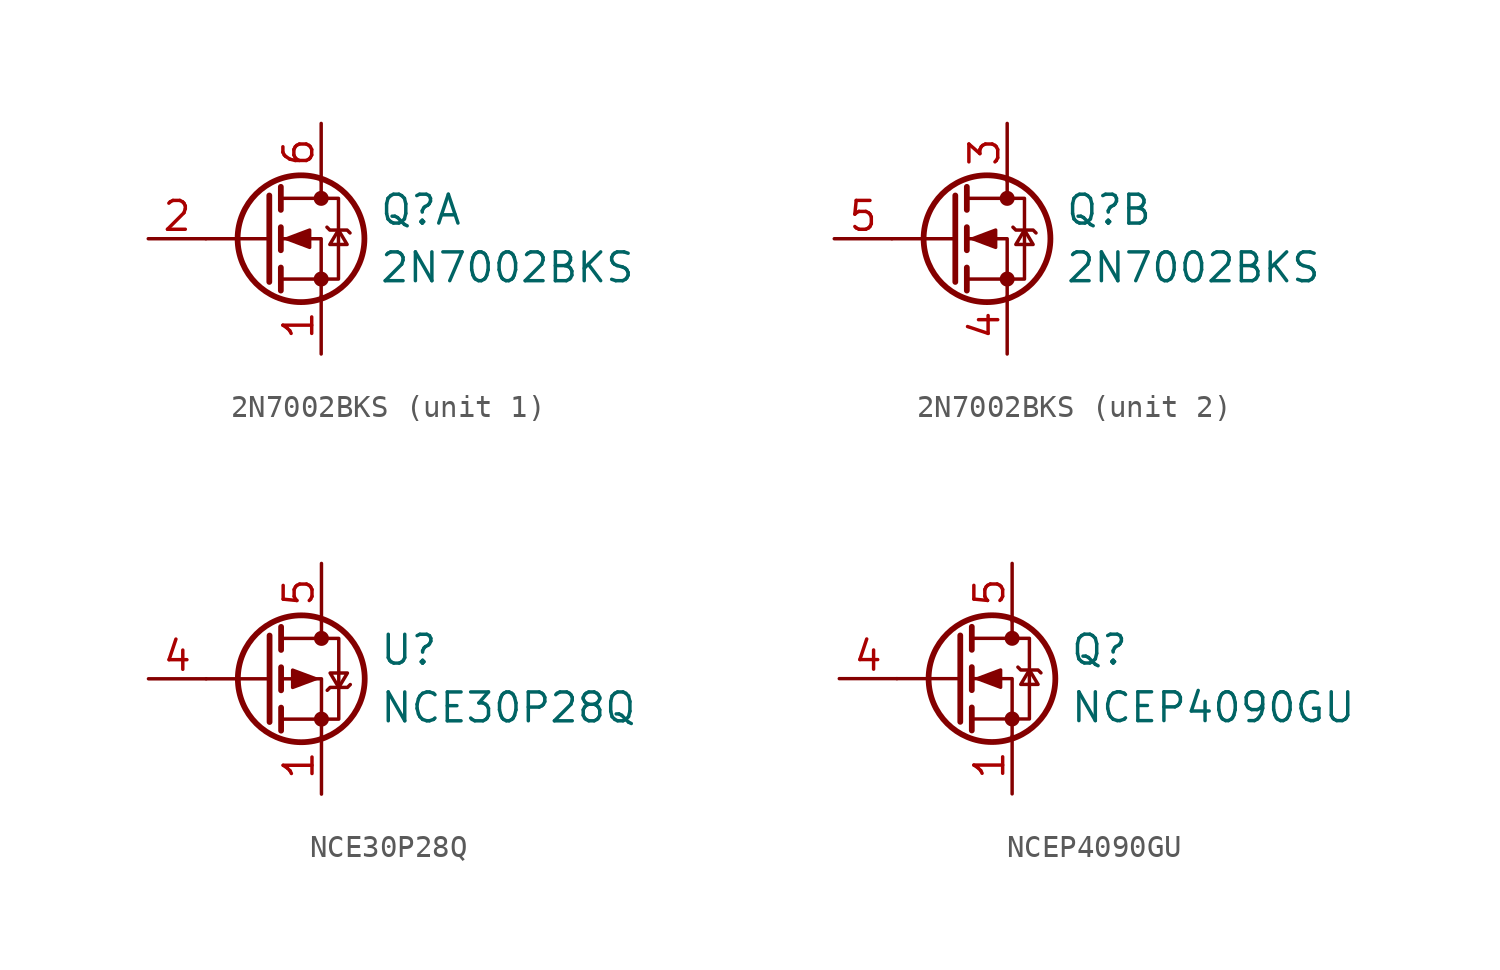
<source format=kicad_sym>
(kicad_symbol_lib
  (version 20241209)
  (generator "kicad_symbol_editor")
  (generator_version "9.0")
  (symbol "2N7002BKS"
    (pin_names
      (hide yes))
    (property "Reference" "Q"
      (at 5.08 1.27 0)
      (effects (font (size 1.27 1.27)) (justify left)))
    (property "Value" "2N7002BKS"
      (at 5.08 -1.27 0)
      (effects (font (size 1.27 1.27)) (justify left)))
    (property "ki_locked" ""
      (at 0 0 0)
      (effects (font (size 1.27 1.27))))
    (symbol "2N7002BKS_0_1"
      (polyline (pts (xy 0.254 1.905) (xy 0.254 -1.905)) (stroke (width 0.254) (type default)) (fill (type none)))
      (polyline (pts (xy 0.254 0) (xy -2.54 0)) (stroke (width 0) (type default)) (fill (type none)))
      (polyline (pts (xy 0.762 2.286) (xy 0.762 1.27)) (stroke (width 0.254) (type default)) (fill (type none)))
      (polyline (pts (xy 0.762 0.508) (xy 0.762 -0.508)) (stroke (width 0.254) (type default)) (fill (type none)))
      (polyline (pts (xy 0.762 -1.27) (xy 0.762 -2.286)) (stroke (width 0.254) (type default)) (fill (type none)))
      (polyline (pts (xy 0.762 -1.778) (xy 3.302 -1.778) (xy 3.302 1.778) (xy 0.762 1.778)) (stroke (width 0) (type default)) (fill (type none)))
      (polyline (pts (xy 1.016 0) (xy 2.032 0.381) (xy 2.032 -0.381) (xy 1.016 0)) (stroke (width 0) (type default)) (fill (type outline)))
      (circle (center 1.651 0) (radius 2.794) (stroke (width 0.254) (type default)) (fill (type none)))
      (polyline (pts (xy 2.54 2.54) (xy 2.54 1.778)) (stroke (width 0) (type default)) (fill (type none)))
      (circle (center 2.54 1.778) (radius 0.254) (stroke (width 0) (type default)) (fill (type outline)))
      (circle (center 2.54 -1.778) (radius 0.254) (stroke (width 0) (type default)) (fill (type outline)))
      (polyline (pts (xy 2.54 -2.54) (xy 2.54 0) (xy 0.762 0)) (stroke (width 0) (type default)) (fill (type none)))
      (polyline (pts (xy 2.794 0.508) (xy 2.921 0.381) (xy 3.683 0.381) (xy 3.81 0.254)) (stroke (width 0) (type default)) (fill (type none)))
      (polyline (pts (xy 3.302 0.381) (xy 2.921 -0.254) (xy 3.683 -0.254) (xy 3.302 0.381)) (stroke (width 0) (type default)) (fill (type none))))
    (symbol "2N7002BKS_1_1"
      (pin input line (at -5.08 0 0) (length 2.54) (name "G" (effects (font (size 1.27 1.27)))) (number "2" (effects (font (size 1.27 1.27)))))
      (pin passive line (at 2.54 5.08 270) (length 2.54) (name "D" (effects (font (size 1.27 1.27)))) (number "6" (effects (font (size 1.27 1.27)))))
      (pin passive line (at 2.54 -5.08 90) (length 2.54) (name "S" (effects (font (size 1.27 1.27)))) (number "1" (effects (font (size 1.27 1.27))))))
    (symbol "2N7002BKS_2_1"
      (pin input line (at -5.08 0 0) (length 2.54) (name "G" (effects (font (size 1.27 1.27)))) (number "5" (effects (font (size 1.27 1.27)))))
      (pin passive line (at 2.54 5.08 270) (length 2.54) (name "D" (effects (font (size 1.27 1.27)))) (number "3" (effects (font (size 1.27 1.27)))))
      (pin passive line (at 2.54 -5.08 90) (length 2.54) (name "1" (effects (font (size 1.27 1.27)))) (number "4" (effects (font (size 1.27 1.27)))))))
  (symbol "NCE30P28Q"
    (pin_names
      (hide yes))
    (property "Reference" "U"
      (at 5.08 1.27 0)
      (effects (font (size 1.27 1.27)) (justify left)))
    (property "Value" "NCE30P28Q"
      (at 5.08 -1.27 0)
      (effects (font (size 1.27 1.27)) (justify left)))
    (symbol "NCE30P28Q_0_1"
      (polyline (pts (xy 0.254 1.905) (xy 0.254 -1.905)) (stroke (width 0.254) (type default)) (fill (type none)))
      (polyline (pts (xy 0.254 0) (xy -2.54 0)) (stroke (width 0) (type default)) (fill (type none)))
      (polyline (pts (xy 0.762 2.286) (xy 0.762 1.27)) (stroke (width 0.254) (type default)) (fill (type none)))
      (polyline (pts (xy 0.762 1.778) (xy 3.302 1.778) (xy 3.302 -1.778) (xy 0.762 -1.778)) (stroke (width 0) (type default)) (fill (type none)))
      (polyline (pts (xy 0.762 0.508) (xy 0.762 -0.508)) (stroke (width 0.254) (type default)) (fill (type none)))
      (polyline (pts (xy 0.762 -1.27) (xy 0.762 -2.286)) (stroke (width 0.254) (type default)) (fill (type none)))
      (circle (center 1.651 0) (radius 2.794) (stroke (width 0.254) (type default)) (fill (type none)))
      (polyline (pts (xy 2.286 0) (xy 1.27 0.381) (xy 1.27 -0.381) (xy 2.286 0)) (stroke (width 0) (type default)) (fill (type outline)))
      (polyline (pts (xy 2.54 2.54) (xy 2.54 1.778)) (stroke (width 0) (type default)) (fill (type none)))
      (circle (center 2.54 1.778) (radius 0.254) (stroke (width 0) (type default)) (fill (type outline)))
      (circle (center 2.54 -1.778) (radius 0.254) (stroke (width 0) (type default)) (fill (type outline)))
      (polyline (pts (xy 2.54 -2.54) (xy 2.54 0) (xy 0.762 0)) (stroke (width 0) (type default)) (fill (type none)))
      (polyline (pts (xy 2.794 -0.508) (xy 2.921 -0.381) (xy 3.683 -0.381) (xy 3.81 -0.254)) (stroke (width 0) (type default)) (fill (type none)))
      (polyline (pts (xy 3.302 -0.381) (xy 2.921 0.254) (xy 3.683 0.254) (xy 3.302 -0.381)) (stroke (width 0) (type default)) (fill (type none))))
    (symbol "NCE30P28Q_1_1"
      (pin input line (at -5.08 0 0) (length 2.54) (name "G" (effects (font (size 1.27 1.27)))) (number "4" (effects (font (size 1.27 1.27)))))
      (pin passive line (at 2.54 5.08 270) (length 2.54) (name "D" (effects (font (size 1.27 1.27)))) (number "5" (effects (font (size 1.27 1.27)))))
      (pin passive line (at 2.54 -5.08 90) (length 2.54) (name "S" (effects (font (size 1.27 1.27)))) (number "1" (effects (font (size 1.27 1.27)))))
      (pin passive line (at 2.54 -5.08 90) (length 2.54) (hide yes) (name "S" (effects (font (size 1.27 1.27)))) (number "2" (effects (font (size 1.27 1.27)))))
      (pin passive line (at 2.54 -5.08 90) (length 2.54) (hide yes) (name "S" (effects (font (size 1.27 1.27)))) (number "3" (effects (font (size 1.27 1.27)))))))
  (symbol "NCEP4090GU"
    (pin_names
      (hide yes))
    (property "Reference" "Q"
      (at 5.08 1.27 0)
      (effects (font (size 1.27 1.27)) (justify left)))
    (property "Value" "NCEP4090GU"
      (at 5.08 -1.27 0)
      (effects (font (size 1.27 1.27)) (justify left)))
    (symbol "NCEP4090GU_0_1"
      (polyline (pts (xy 0.254 1.905) (xy 0.254 -1.905)) (stroke (width 0.254) (type default)) (fill (type none)))
      (polyline (pts (xy 0.254 0) (xy -2.54 0)) (stroke (width 0) (type default)) (fill (type none)))
      (polyline (pts (xy 0.762 2.286) (xy 0.762 1.27)) (stroke (width 0.254) (type default)) (fill (type none)))
      (polyline (pts (xy 0.762 0.508) (xy 0.762 -0.508)) (stroke (width 0.254) (type default)) (fill (type none)))
      (polyline (pts (xy 0.762 -1.27) (xy 0.762 -2.286)) (stroke (width 0.254) (type default)) (fill (type none)))
      (polyline (pts (xy 0.762 -1.778) (xy 3.302 -1.778) (xy 3.302 1.778) (xy 0.762 1.778)) (stroke (width 0) (type default)) (fill (type none)))
      (polyline (pts (xy 1.016 0) (xy 2.032 0.381) (xy 2.032 -0.381) (xy 1.016 0)) (stroke (width 0) (type default)) (fill (type outline)))
      (circle (center 1.651 0) (radius 2.794) (stroke (width 0.254) (type default)) (fill (type none)))
      (polyline (pts (xy 2.54 2.54) (xy 2.54 1.778)) (stroke (width 0) (type default)) (fill (type none)))
      (circle (center 2.54 1.778) (radius 0.254) (stroke (width 0) (type default)) (fill (type outline)))
      (circle (center 2.54 -1.778) (radius 0.254) (stroke (width 0) (type default)) (fill (type outline)))
      (polyline (pts (xy 2.54 -2.54) (xy 2.54 0) (xy 0.762 0)) (stroke (width 0) (type default)) (fill (type none)))
      (polyline (pts (xy 2.794 0.508) (xy 2.921 0.381) (xy 3.683 0.381) (xy 3.81 0.254)) (stroke (width 0) (type default)) (fill (type none)))
      (polyline (pts (xy 3.302 0.381) (xy 2.921 -0.254) (xy 3.683 -0.254) (xy 3.302 0.381)) (stroke (width 0) (type default)) (fill (type none))))
    (symbol "NCEP4090GU_1_1"
      (pin passive line (at -5.08 0 0) (length 2.54) (name "G" (effects (font (size 1.27 1.27)))) (number "4" (effects (font (size 1.27 1.27)))))
      (pin passive line (at 2.54 5.08 270) (length 2.54) (name "D" (effects (font (size 1.27 1.27)))) (number "5" (effects (font (size 1.27 1.27)))))
      (pin passive line (at 2.54 -5.08 90) (length 2.54) (name "S" (effects (font (size 1.27 1.27)))) (number "1" (effects (font (size 1.27 1.27)))))
      (pin passive line (at 2.54 -5.08 90) (length 2.54) (hide yes) (name "S" (effects (font (size 1.27 1.27)))) (number "2" (effects (font (size 1.27 1.27)))))
      (pin passive line (at 2.54 -5.08 90) (length 2.54) (hide yes) (name "S" (effects (font (size 1.27 1.27)))) (number "3" (effects (font (size 1.27 1.27))))))))
</source>
